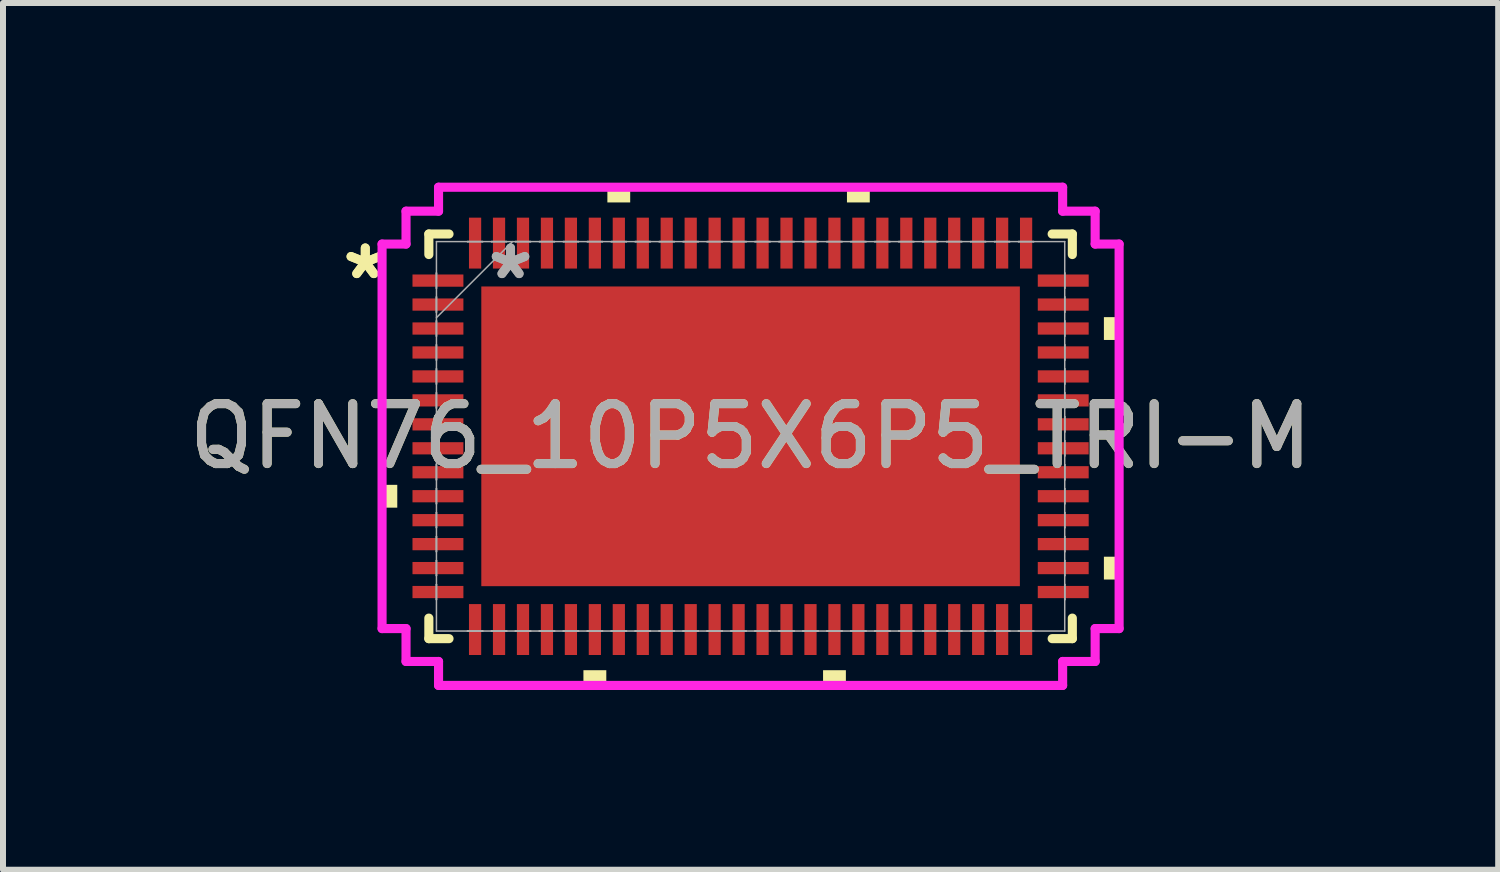
<source format=kicad_pcb>
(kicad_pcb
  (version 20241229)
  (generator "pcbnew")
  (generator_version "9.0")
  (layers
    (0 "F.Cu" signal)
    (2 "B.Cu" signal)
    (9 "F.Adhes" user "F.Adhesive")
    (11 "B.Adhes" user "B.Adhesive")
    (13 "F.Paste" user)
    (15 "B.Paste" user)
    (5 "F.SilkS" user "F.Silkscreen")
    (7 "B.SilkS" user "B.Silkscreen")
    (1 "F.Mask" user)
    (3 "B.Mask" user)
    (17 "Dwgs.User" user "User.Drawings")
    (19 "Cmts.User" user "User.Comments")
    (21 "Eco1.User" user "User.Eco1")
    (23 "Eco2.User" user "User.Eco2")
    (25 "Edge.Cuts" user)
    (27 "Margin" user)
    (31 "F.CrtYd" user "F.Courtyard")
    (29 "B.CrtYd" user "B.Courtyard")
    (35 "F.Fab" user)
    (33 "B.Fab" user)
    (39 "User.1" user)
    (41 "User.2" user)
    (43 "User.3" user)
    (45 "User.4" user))
  (footprint "QFN76_10P5X6P5_TRI-M"
    (layer "F.Cu")
    (at 9.482 4.235)
    (property "Reference" "QFN76_10P5X6P5_TRI-M" (at 0 0 0) (unlocked yes) (layer "F.SilkS") (effects (font (size 1 1) (thickness 0.15))))
    (attr smd)
    (fp_line (start -5.372 -3.378) (end -5.372 -3.035) (stroke (width 0.152) (type solid)) (layer "F.SilkS"))
    (fp_line (start -5.372 3.035) (end -5.372 3.378) (stroke (width 0.152) (type solid)) (layer "F.SilkS"))
    (fp_line (start -5.372 3.378) (end -5.035 3.378) (stroke (width 0.152) (type solid)) (layer "F.SilkS"))
    (fp_line (start -5.035 -3.378) (end -5.372 -3.378) (stroke (width 0.152) (type solid)) (layer "F.SilkS"))
    (fp_line (start 5.035 3.378) (end 5.372 3.378) (stroke (width 0.152) (type solid)) (layer "F.SilkS"))
    (fp_line (start 5.372 -3.378) (end 5.035 -3.378) (stroke (width 0.152) (type solid)) (layer "F.SilkS"))
    (fp_line (start 5.372 -3.035) (end 5.372 -3.378) (stroke (width 0.152) (type solid)) (layer "F.SilkS"))
    (fp_line (start 5.372 3.378) (end 5.372 3.035) (stroke (width 0.152) (type solid)) (layer "F.SilkS"))
    (fp_poly (pts (xy -6.153 0.81) (xy -6.153 1.191) (xy -5.899 1.191) (xy -5.899 0.81)) (stroke (width 0) (type solid)) (fill yes) (layer "F.SilkS"))
    (fp_poly (pts (xy -2.791 3.905) (xy -2.791 4.159) (xy -2.409 4.159) (xy -2.409 3.905)) (stroke (width 0) (type solid)) (fill yes) (layer "F.SilkS"))
    (fp_poly (pts (xy -2.391 -3.905) (xy -2.391 -4.159) (xy -2.01 -4.159) (xy -2.01 -3.905)) (stroke (width 0) (type solid)) (fill yes) (layer "F.SilkS"))
    (fp_poly (pts (xy 1.21 3.905) (xy 1.21 4.159) (xy 1.591 4.159) (xy 1.591 3.905)) (stroke (width 0) (type solid)) (fill yes) (layer "F.SilkS"))
    (fp_poly (pts (xy 1.609 -3.905) (xy 1.609 -4.159) (xy 1.99 -4.159) (xy 1.99 -3.905)) (stroke (width 0) (type solid)) (fill yes) (layer "F.SilkS"))
    (fp_poly (pts (xy 6.153 -1.99) (xy 6.153 -1.609) (xy 5.899 -1.609) (xy 5.899 -1.99)) (stroke (width 0) (type solid)) (fill yes) (layer "F.SilkS"))
    (fp_poly (pts (xy 6.153 2.01) (xy 6.153 2.391) (xy 5.899 2.391) (xy 5.899 2.01)) (stroke (width 0) (type solid)) (fill yes) (layer "F.SilkS"))
    (fp_line (start -6.153 -3.21) (end -5.753 -3.21) (stroke (width 0.152) (type solid)) (layer "F.CrtYd"))
    (fp_line (start -6.153 3.21) (end -6.153 -3.21) (stroke (width 0.152) (type solid)) (layer "F.CrtYd"))
    (fp_line (start -5.753 -3.759) (end -5.21 -3.759) (stroke (width 0.152) (type solid)) (layer "F.CrtYd"))
    (fp_line (start -5.753 -3.21) (end -5.753 -3.759) (stroke (width 0.152) (type solid)) (layer "F.CrtYd"))
    (fp_line (start -5.753 3.21) (end -6.153 3.21) (stroke (width 0.152) (type solid)) (layer "F.CrtYd"))
    (fp_line (start -5.753 3.759) (end -5.753 3.21) (stroke (width 0.152) (type solid)) (layer "F.CrtYd"))
    (fp_line (start -5.21 -4.159) (end 5.21 -4.159) (stroke (width 0.152) (type solid)) (layer "F.CrtYd"))
    (fp_line (start -5.21 -3.759) (end -5.21 -4.159) (stroke (width 0.152) (type solid)) (layer "F.CrtYd"))
    (fp_line (start -5.21 3.759) (end -5.753 3.759) (stroke (width 0.152) (type solid)) (layer "F.CrtYd"))
    (fp_line (start -5.21 4.159) (end -5.21 3.759) (stroke (width 0.152) (type solid)) (layer "F.CrtYd"))
    (fp_line (start 5.21 -4.159) (end 5.21 -3.759) (stroke (width 0.152) (type solid)) (layer "F.CrtYd"))
    (fp_line (start 5.21 -3.759) (end 5.753 -3.759) (stroke (width 0.152) (type solid)) (layer "F.CrtYd"))
    (fp_line (start 5.21 3.759) (end 5.21 4.159) (stroke (width 0.152) (type solid)) (layer "F.CrtYd"))
    (fp_line (start 5.21 4.159) (end -5.21 4.159) (stroke (width 0.152) (type solid)) (layer "F.CrtYd"))
    (fp_line (start 5.753 -3.759) (end 5.753 -3.21) (stroke (width 0.152) (type solid)) (layer "F.CrtYd"))
    (fp_line (start 5.753 -3.21) (end 6.153 -3.21) (stroke (width 0.152) (type solid)) (layer "F.CrtYd"))
    (fp_line (start 5.753 3.21) (end 5.753 3.759) (stroke (width 0.152) (type solid)) (layer "F.CrtYd"))
    (fp_line (start 5.753 3.759) (end 5.21 3.759) (stroke (width 0.152) (type solid)) (layer "F.CrtYd"))
    (fp_line (start 6.153 -3.21) (end 6.153 3.21) (stroke (width 0.152) (type solid)) (layer "F.CrtYd"))
    (fp_line (start 6.153 3.21) (end 5.753 3.21) (stroke (width 0.152) (type solid)) (layer "F.CrtYd"))
    (fp_line (start -5.245 -3.251) (end -5.245 3.251) (stroke (width 0.025) (type solid)) (layer "F.Fab"))
    (fp_line (start -5.245 -2.727) (end -5.245 -2.727) (stroke (width 0.025) (type solid)) (layer "F.Fab"))
    (fp_line (start -5.245 -2.727) (end -5.245 -2.473) (stroke (width 0.025) (type solid)) (layer "F.Fab"))
    (fp_line (start -5.245 -2.473) (end -5.245 -2.727) (stroke (width 0.025) (type solid)) (layer "F.Fab"))
    (fp_line (start -5.245 -2.473) (end -5.245 -2.473) (stroke (width 0.025) (type solid)) (layer "F.Fab"))
    (fp_line (start -5.245 -2.327) (end -5.245 -2.327) (stroke (width 0.025) (type solid)) (layer "F.Fab"))
    (fp_line (start -5.245 -2.327) (end -5.245 -2.073) (stroke (width 0.025) (type solid)) (layer "F.Fab"))
    (fp_line (start -5.245 -2.073) (end -5.245 -2.327) (stroke (width 0.025) (type solid)) (layer "F.Fab"))
    (fp_line (start -5.245 -2.073) (end -5.245 -2.073) (stroke (width 0.025) (type solid)) (layer "F.Fab"))
    (fp_line (start -5.245 -1.981) (end -3.975 -3.251) (stroke (width 0.025) (type solid)) (layer "F.Fab"))
    (fp_line (start -5.245 -1.927) (end -5.245 -1.927) (stroke (width 0.025) (type solid)) (layer "F.Fab"))
    (fp_line (start -5.245 -1.927) (end -5.245 -1.673) (stroke (width 0.025) (type solid)) (layer "F.Fab"))
    (fp_line (start -5.245 -1.673) (end -5.245 -1.927) (stroke (width 0.025) (type solid)) (layer "F.Fab"))
    (fp_line (start -5.245 -1.673) (end -5.245 -1.673) (stroke (width 0.025) (type solid)) (layer "F.Fab"))
    (fp_line (start -5.245 -1.527) (end -5.245 -1.527) (stroke (width 0.025) (type solid)) (layer "F.Fab"))
    (fp_line (start -5.245 -1.527) (end -5.245 -1.273) (stroke (width 0.025) (type solid)) (layer "F.Fab"))
    (fp_line (start -5.245 -1.273) (end -5.245 -1.527) (stroke (width 0.025) (type solid)) (layer "F.Fab"))
    (fp_line (start -5.245 -1.273) (end -5.245 -1.273) (stroke (width 0.025) (type solid)) (layer "F.Fab"))
    (fp_line (start -5.245 -1.127) (end -5.245 -1.127) (stroke (width 0.025) (type solid)) (layer "F.Fab"))
    (fp_line (start -5.245 -1.127) (end -5.245 -0.873) (stroke (width 0.025) (type solid)) (layer "F.Fab"))
    (fp_line (start -5.245 -0.873) (end -5.245 -1.127) (stroke (width 0.025) (type solid)) (layer "F.Fab"))
    (fp_line (start -5.245 -0.873) (end -5.245 -0.873) (stroke (width 0.025) (type solid)) (layer "F.Fab"))
    (fp_line (start -5.245 -0.727) (end -5.245 -0.727) (stroke (width 0.025) (type solid)) (layer "F.Fab"))
    (fp_line (start -5.245 -0.727) (end -5.245 -0.473) (stroke (width 0.025) (type solid)) (layer "F.Fab"))
    (fp_line (start -5.245 -0.473) (end -5.245 -0.727) (stroke (width 0.025) (type solid)) (layer "F.Fab"))
    (fp_line (start -5.245 -0.473) (end -5.245 -0.473) (stroke (width 0.025) (type solid)) (layer "F.Fab"))
    (fp_line (start -5.245 -0.327) (end -5.245 -0.327) (stroke (width 0.025) (type solid)) (layer "F.Fab"))
    (fp_line (start -5.245 -0.327) (end -5.245 -0.073) (stroke (width 0.025) (type solid)) (layer "F.Fab"))
    (fp_line (start -5.245 -0.073) (end -5.245 -0.327) (stroke (width 0.025) (type solid)) (layer "F.Fab"))
    (fp_line (start -5.245 -0.073) (end -5.245 -0.073) (stroke (width 0.025) (type solid)) (layer "F.Fab"))
    (fp_line (start -5.245 0.073) (end -5.245 0.073) (stroke (width 0.025) (type solid)) (layer "F.Fab"))
    (fp_line (start -5.245 0.073) (end -5.245 0.327) (stroke (width 0.025) (type solid)) (layer "F.Fab"))
    (fp_line (start -5.245 0.327) (end -5.245 0.073) (stroke (width 0.025) (type solid)) (layer "F.Fab"))
    (fp_line (start -5.245 0.327) (end -5.245 0.327) (stroke (width 0.025) (type solid)) (layer "F.Fab"))
    (fp_line (start -5.245 0.473) (end -5.245 0.473) (stroke (width 0.025) (type solid)) (layer "F.Fab"))
    (fp_line (start -5.245 0.473) (end -5.245 0.727) (stroke (width 0.025) (type solid)) (layer "F.Fab"))
    (fp_line (start -5.245 0.727) (end -5.245 0.473) (stroke (width 0.025) (type solid)) (layer "F.Fab"))
    (fp_line (start -5.245 0.727) (end -5.245 0.727) (stroke (width 0.025) (type solid)) (layer "F.Fab"))
    (fp_line (start -5.245 0.873) (end -5.245 0.873) (stroke (width 0.025) (type solid)) (layer "F.Fab"))
    (fp_line (start -5.245 0.873) (end -5.245 1.127) (stroke (width 0.025) (type solid)) (layer "F.Fab"))
    (fp_line (start -5.245 1.127) (end -5.245 0.873) (stroke (width 0.025) (type solid)) (layer "F.Fab"))
    (fp_line (start -5.245 1.127) (end -5.245 1.127) (stroke (width 0.025) (type solid)) (layer "F.Fab"))
    (fp_line (start -5.245 1.273) (end -5.245 1.273) (stroke (width 0.025) (type solid)) (layer "F.Fab"))
    (fp_line (start -5.245 1.273) (end -5.245 1.527) (stroke (width 0.025) (type solid)) (layer "F.Fab"))
    (fp_line (start -5.245 1.527) (end -5.245 1.273) (stroke (width 0.025) (type solid)) (layer "F.Fab"))
    (fp_line (start -5.245 1.527) (end -5.245 1.527) (stroke (width 0.025) (type solid)) (layer "F.Fab"))
    (fp_line (start -5.245 1.673) (end -5.245 1.673) (stroke (width 0.025) (type solid)) (layer "F.Fab"))
    (fp_line (start -5.245 1.673) (end -5.245 1.927) (stroke (width 0.025) (type solid)) (layer "F.Fab"))
    (fp_line (start -5.245 1.927) (end -5.245 1.673) (stroke (width 0.025) (type solid)) (layer "F.Fab"))
    (fp_line (start -5.245 1.927) (end -5.245 1.927) (stroke (width 0.025) (type solid)) (layer "F.Fab"))
    (fp_line (start -5.245 2.073) (end -5.245 2.073) (stroke (width 0.025) (type solid)) (layer "F.Fab"))
    (fp_line (start -5.245 2.073) (end -5.245 2.327) (stroke (width 0.025) (type solid)) (layer "F.Fab"))
    (fp_line (start -5.245 2.327) (end -5.245 2.073) (stroke (width 0.025) (type solid)) (layer "F.Fab"))
    (fp_line (start -5.245 2.327) (end -5.245 2.327) (stroke (width 0.025) (type solid)) (layer "F.Fab"))
    (fp_line (start -5.245 2.473) (end -5.245 2.473) (stroke (width 0.025) (type solid)) (layer "F.Fab"))
    (fp_line (start -5.245 2.473) (end -5.245 2.727) (stroke (width 0.025) (type solid)) (layer "F.Fab"))
    (fp_line (start -5.245 2.727) (end -5.245 2.473) (stroke (width 0.025) (type solid)) (layer "F.Fab"))
    (fp_line (start -5.245 2.727) (end -5.245 2.727) (stroke (width 0.025) (type solid)) (layer "F.Fab"))
    (fp_line (start -5.245 3.251) (end 5.245 3.251) (stroke (width 0.025) (type solid)) (layer "F.Fab"))
    (fp_line (start -4.727 -3.251) (end -4.727 -3.251) (stroke (width 0.025) (type solid)) (layer "F.Fab"))
    (fp_line (start -4.727 -3.251) (end -4.473 -3.251) (stroke (width 0.025) (type solid)) (layer "F.Fab"))
    (fp_line (start -4.727 3.251) (end -4.727 3.251) (stroke (width 0.025) (type solid)) (layer "F.Fab"))
    (fp_line (start -4.727 3.251) (end -4.473 3.251) (stroke (width 0.025) (type solid)) (layer "F.Fab"))
    (fp_line (start -4.473 -3.251) (end -4.727 -3.251) (stroke (width 0.025) (type solid)) (layer "F.Fab"))
    (fp_line (start -4.473 -3.251) (end -4.473 -3.251) (stroke (width 0.025) (type solid)) (layer "F.Fab"))
    (fp_line (start -4.473 3.251) (end -4.727 3.251) (stroke (width 0.025) (type solid)) (layer "F.Fab"))
    (fp_line (start -4.473 3.251) (end -4.473 3.251) (stroke (width 0.025) (type solid)) (layer "F.Fab"))
    (fp_line (start -4.327 -3.251) (end -4.327 -3.251) (stroke (width 0.025) (type solid)) (layer "F.Fab"))
    (fp_line (start -4.327 -3.251) (end -4.073 -3.251) (stroke (width 0.025) (type solid)) (layer "F.Fab"))
    (fp_line (start -4.327 3.251) (end -4.327 3.251) (stroke (width 0.025) (type solid)) (layer "F.Fab"))
    (fp_line (start -4.327 3.251) (end -4.073 3.251) (stroke (width 0.025) (type solid)) (layer "F.Fab"))
    (fp_line (start -4.073 -3.251) (end -4.327 -3.251) (stroke (width 0.025) (type solid)) (layer "F.Fab"))
    (fp_line (start -4.073 -3.251) (end -4.073 -3.251) (stroke (width 0.025) (type solid)) (layer "F.Fab"))
    (fp_line (start -4.073 3.251) (end -4.327 3.251) (stroke (width 0.025) (type solid)) (layer "F.Fab"))
    (fp_line (start -4.073 3.251) (end -4.073 3.251) (stroke (width 0.025) (type solid)) (layer "F.Fab"))
    (fp_line (start -3.927 -3.251) (end -3.927 -3.251) (stroke (width 0.025) (type solid)) (layer "F.Fab"))
    (fp_line (start -3.927 -3.251) (end -3.673 -3.251) (stroke (width 0.025) (type solid)) (layer "F.Fab"))
    (fp_line (start -3.927 3.251) (end -3.927 3.251) (stroke (width 0.025) (type solid)) (layer "F.Fab"))
    (fp_line (start -3.927 3.251) (end -3.673 3.251) (stroke (width 0.025) (type solid)) (layer "F.Fab"))
    (fp_line (start -3.673 -3.251) (end -3.927 -3.251) (stroke (width 0.025) (type solid)) (layer "F.Fab"))
    (fp_line (start -3.673 -3.251) (end -3.673 -3.251) (stroke (width 0.025) (type solid)) (layer "F.Fab"))
    (fp_line (start -3.673 3.251) (end -3.927 3.251) (stroke (width 0.025) (type solid)) (layer "F.Fab"))
    (fp_line (start -3.673 3.251) (end -3.673 3.251) (stroke (width 0.025) (type solid)) (layer "F.Fab"))
    (fp_line (start -3.527 -3.251) (end -3.527 -3.251) (stroke (width 0.025) (type solid)) (layer "F.Fab"))
    (fp_line (start -3.527 -3.251) (end -3.273 -3.251) (stroke (width 0.025) (type solid)) (layer "F.Fab"))
    (fp_line (start -3.527 3.251) (end -3.527 3.251) (stroke (width 0.025) (type solid)) (layer "F.Fab"))
    (fp_line (start -3.527 3.251) (end -3.273 3.251) (stroke (width 0.025) (type solid)) (layer "F.Fab"))
    (fp_line (start -3.273 -3.251) (end -3.527 -3.251) (stroke (width 0.025) (type solid)) (layer "F.Fab"))
    (fp_line (start -3.273 -3.251) (end -3.273 -3.251) (stroke (width 0.025) (type solid)) (layer "F.Fab"))
    (fp_line (start -3.273 3.251) (end -3.527 3.251) (stroke (width 0.025) (type solid)) (layer "F.Fab"))
    (fp_line (start -3.273 3.251) (end -3.273 3.251) (stroke (width 0.025) (type solid)) (layer "F.Fab"))
    (fp_line (start -3.127 -3.251) (end -3.127 -3.251) (stroke (width 0.025) (type solid)) (layer "F.Fab"))
    (fp_line (start -3.127 -3.251) (end -2.873 -3.251) (stroke (width 0.025) (type solid)) (layer "F.Fab"))
    (fp_line (start -3.127 3.251) (end -3.127 3.251) (stroke (width 0.025) (type solid)) (layer "F.Fab"))
    (fp_line (start -3.127 3.251) (end -2.873 3.251) (stroke (width 0.025) (type solid)) (layer "F.Fab"))
    (fp_line (start -2.873 -3.251) (end -3.127 -3.251) (stroke (width 0.025) (type solid)) (layer "F.Fab"))
    (fp_line (start -2.873 -3.251) (end -2.873 -3.251) (stroke (width 0.025) (type solid)) (layer "F.Fab"))
    (fp_line (start -2.873 3.251) (end -3.127 3.251) (stroke (width 0.025) (type solid)) (layer "F.Fab"))
    (fp_line (start -2.873 3.251) (end -2.873 3.251) (stroke (width 0.025) (type solid)) (layer "F.Fab"))
    (fp_line (start -2.727 -3.251) (end -2.727 -3.251) (stroke (width 0.025) (type solid)) (layer "F.Fab"))
    (fp_line (start -2.727 -3.251) (end -2.473 -3.251) (stroke (width 0.025) (type solid)) (layer "F.Fab"))
    (fp_line (start -2.727 3.251) (end -2.727 3.251) (stroke (width 0.025) (type solid)) (layer "F.Fab"))
    (fp_line (start -2.727 3.251) (end -2.473 3.251) (stroke (width 0.025) (type solid)) (layer "F.Fab"))
    (fp_line (start -2.473 -3.251) (end -2.727 -3.251) (stroke (width 0.025) (type solid)) (layer "F.Fab"))
    (fp_line (start -2.473 -3.251) (end -2.473 -3.251) (stroke (width 0.025) (type solid)) (layer "F.Fab"))
    (fp_line (start -2.473 3.251) (end -2.727 3.251) (stroke (width 0.025) (type solid)) (layer "F.Fab"))
    (fp_line (start -2.473 3.251) (end -2.473 3.251) (stroke (width 0.025) (type solid)) (layer "F.Fab"))
    (fp_line (start -2.327 -3.251) (end -2.327 -3.251) (stroke (width 0.025) (type solid)) (layer "F.Fab"))
    (fp_line (start -2.327 -3.251) (end -2.073 -3.251) (stroke (width 0.025) (type solid)) (layer "F.Fab"))
    (fp_line (start -2.327 3.251) (end -2.327 3.251) (stroke (width 0.025) (type solid)) (layer "F.Fab"))
    (fp_line (start -2.327 3.251) (end -2.073 3.251) (stroke (width 0.025) (type solid)) (layer "F.Fab"))
    (fp_line (start -2.073 -3.251) (end -2.327 -3.251) (stroke (width 0.025) (type solid)) (layer "F.Fab"))
    (fp_line (start -2.073 -3.251) (end -2.073 -3.251) (stroke (width 0.025) (type solid)) (layer "F.Fab"))
    (fp_line (start -2.073 3.251) (end -2.327 3.251) (stroke (width 0.025) (type solid)) (layer "F.Fab"))
    (fp_line (start -2.073 3.251) (end -2.073 3.251) (stroke (width 0.025) (type solid)) (layer "F.Fab"))
    (fp_line (start -1.927 -3.251) (end -1.927 -3.251) (stroke (width 0.025) (type solid)) (layer "F.Fab"))
    (fp_line (start -1.927 -3.251) (end -1.673 -3.251) (stroke (width 0.025) (type solid)) (layer "F.Fab"))
    (fp_line (start -1.927 3.251) (end -1.927 3.251) (stroke (width 0.025) (type solid)) (layer "F.Fab"))
    (fp_line (start -1.927 3.251) (end -1.673 3.251) (stroke (width 0.025) (type solid)) (layer "F.Fab"))
    (fp_line (start -1.673 -3.251) (end -1.927 -3.251) (stroke (width 0.025) (type solid)) (layer "F.Fab"))
    (fp_line (start -1.673 -3.251) (end -1.673 -3.251) (stroke (width 0.025) (type solid)) (layer "F.Fab"))
    (fp_line (start -1.673 3.251) (end -1.927 3.251) (stroke (width 0.025) (type solid)) (layer "F.Fab"))
    (fp_line (start -1.673 3.251) (end -1.673 3.251) (stroke (width 0.025) (type solid)) (layer "F.Fab"))
    (fp_line (start -1.527 -3.251) (end -1.527 -3.251) (stroke (width 0.025) (type solid)) (layer "F.Fab"))
    (fp_line (start -1.527 -3.251) (end -1.273 -3.251) (stroke (width 0.025) (type solid)) (layer "F.Fab"))
    (fp_line (start -1.527 3.251) (end -1.527 3.251) (stroke (width 0.025) (type solid)) (layer "F.Fab"))
    (fp_line (start -1.527 3.251) (end -1.273 3.251) (stroke (width 0.025) (type solid)) (layer "F.Fab"))
    (fp_line (start -1.273 -3.251) (end -1.527 -3.251) (stroke (width 0.025) (type solid)) (layer "F.Fab"))
    (fp_line (start -1.273 -3.251) (end -1.273 -3.251) (stroke (width 0.025) (type solid)) (layer "F.Fab"))
    (fp_line (start -1.273 3.251) (end -1.527 3.251) (stroke (width 0.025) (type solid)) (layer "F.Fab"))
    (fp_line (start -1.273 3.251) (end -1.273 3.251) (stroke (width 0.025) (type solid)) (layer "F.Fab"))
    (fp_line (start -1.127 -3.251) (end -1.127 -3.251) (stroke (width 0.025) (type solid)) (layer "F.Fab"))
    (fp_line (start -1.127 -3.251) (end -0.873 -3.251) (stroke (width 0.025) (type solid)) (layer "F.Fab"))
    (fp_line (start -1.127 3.251) (end -1.127 3.251) (stroke (width 0.025) (type solid)) (layer "F.Fab"))
    (fp_line (start -1.127 3.251) (end -0.873 3.251) (stroke (width 0.025) (type solid)) (layer "F.Fab"))
    (fp_line (start -0.873 -3.251) (end -1.127 -3.251) (stroke (width 0.025) (type solid)) (layer "F.Fab"))
    (fp_line (start -0.873 -3.251) (end -0.873 -3.251) (stroke (width 0.025) (type solid)) (layer "F.Fab"))
    (fp_line (start -0.873 3.251) (end -1.127 3.251) (stroke (width 0.025) (type solid)) (layer "F.Fab"))
    (fp_line (start -0.873 3.251) (end -0.873 3.251) (stroke (width 0.025) (type solid)) (layer "F.Fab"))
    (fp_line (start -0.727 -3.251) (end -0.727 -3.251) (stroke (width 0.025) (type solid)) (layer "F.Fab"))
    (fp_line (start -0.727 -3.251) (end -0.473 -3.251) (stroke (width 0.025) (type solid)) (layer "F.Fab"))
    (fp_line (start -0.727 3.251) (end -0.727 3.251) (stroke (width 0.025) (type solid)) (layer "F.Fab"))
    (fp_line (start -0.727 3.251) (end -0.473 3.251) (stroke (width 0.025) (type solid)) (layer "F.Fab"))
    (fp_line (start -0.473 -3.251) (end -0.727 -3.251) (stroke (width 0.025) (type solid)) (layer "F.Fab"))
    (fp_line (start -0.473 -3.251) (end -0.473 -3.251) (stroke (width 0.025) (type solid)) (layer "F.Fab"))
    (fp_line (start -0.473 3.251) (end -0.727 3.251) (stroke (width 0.025) (type solid)) (layer "F.Fab"))
    (fp_line (start -0.473 3.251) (end -0.473 3.251) (stroke (width 0.025) (type solid)) (layer "F.Fab"))
    (fp_line (start -0.327 -3.251) (end -0.327 -3.251) (stroke (width 0.025) (type solid)) (layer "F.Fab"))
    (fp_line (start -0.327 -3.251) (end -0.073 -3.251) (stroke (width 0.025) (type solid)) (layer "F.Fab"))
    (fp_line (start -0.327 3.251) (end -0.327 3.251) (stroke (width 0.025) (type solid)) (layer "F.Fab"))
    (fp_line (start -0.327 3.251) (end -0.073 3.251) (stroke (width 0.025) (type solid)) (layer "F.Fab"))
    (fp_line (start -0.073 -3.251) (end -0.327 -3.251) (stroke (width 0.025) (type solid)) (layer "F.Fab"))
    (fp_line (start -0.073 -3.251) (end -0.073 -3.251) (stroke (width 0.025) (type solid)) (layer "F.Fab"))
    (fp_line (start -0.073 3.251) (end -0.327 3.251) (stroke (width 0.025) (type solid)) (layer "F.Fab"))
    (fp_line (start -0.073 3.251) (end -0.073 3.251) (stroke (width 0.025) (type solid)) (layer "F.Fab"))
    (fp_line (start 0.073 -3.251) (end 0.073 -3.251) (stroke (width 0.025) (type solid)) (layer "F.Fab"))
    (fp_line (start 0.073 -3.251) (end 0.327 -3.251) (stroke (width 0.025) (type solid)) (layer "F.Fab"))
    (fp_line (start 0.073 3.251) (end 0.073 3.251) (stroke (width 0.025) (type solid)) (layer "F.Fab"))
    (fp_line (start 0.073 3.251) (end 0.327 3.251) (stroke (width 0.025) (type solid)) (layer "F.Fab"))
    (fp_line (start 0.327 -3.251) (end 0.073 -3.251) (stroke (width 0.025) (type solid)) (layer "F.Fab"))
    (fp_line (start 0.327 -3.251) (end 0.327 -3.251) (stroke (width 0.025) (type solid)) (layer "F.Fab"))
    (fp_line (start 0.327 3.251) (end 0.073 3.251) (stroke (width 0.025) (type solid)) (layer "F.Fab"))
    (fp_line (start 0.327 3.251) (end 0.327 3.251) (stroke (width 0.025) (type solid)) (layer "F.Fab"))
    (fp_line (start 0.473 -3.251) (end 0.473 -3.251) (stroke (width 0.025) (type solid)) (layer "F.Fab"))
    (fp_line (start 0.473 -3.251) (end 0.727 -3.251) (stroke (width 0.025) (type solid)) (layer "F.Fab"))
    (fp_line (start 0.473 3.251) (end 0.473 3.251) (stroke (width 0.025) (type solid)) (layer "F.Fab"))
    (fp_line (start 0.473 3.251) (end 0.727 3.251) (stroke (width 0.025) (type solid)) (layer "F.Fab"))
    (fp_line (start 0.727 -3.251) (end 0.473 -3.251) (stroke (width 0.025) (type solid)) (layer "F.Fab"))
    (fp_line (start 0.727 -3.251) (end 0.727 -3.251) (stroke (width 0.025) (type solid)) (layer "F.Fab"))
    (fp_line (start 0.727 3.251) (end 0.473 3.251) (stroke (width 0.025) (type solid)) (layer "F.Fab"))
    (fp_line (start 0.727 3.251) (end 0.727 3.251) (stroke (width 0.025) (type solid)) (layer "F.Fab"))
    (fp_line (start 0.873 -3.251) (end 0.873 -3.251) (stroke (width 0.025) (type solid)) (layer "F.Fab"))
    (fp_line (start 0.873 -3.251) (end 1.127 -3.251) (stroke (width 0.025) (type solid)) (layer "F.Fab"))
    (fp_line (start 0.873 3.251) (end 0.873 3.251) (stroke (width 0.025) (type solid)) (layer "F.Fab"))
    (fp_line (start 0.873 3.251) (end 1.127 3.251) (stroke (width 0.025) (type solid)) (layer "F.Fab"))
    (fp_line (start 1.127 -3.251) (end 0.873 -3.251) (stroke (width 0.025) (type solid)) (layer "F.Fab"))
    (fp_line (start 1.127 -3.251) (end 1.127 -3.251) (stroke (width 0.025) (type solid)) (layer "F.Fab"))
    (fp_line (start 1.127 3.251) (end 0.873 3.251) (stroke (width 0.025) (type solid)) (layer "F.Fab"))
    (fp_line (start 1.127 3.251) (end 1.127 3.251) (stroke (width 0.025) (type solid)) (layer "F.Fab"))
    (fp_line (start 1.273 -3.251) (end 1.273 -3.251) (stroke (width 0.025) (type solid)) (layer "F.Fab"))
    (fp_line (start 1.273 -3.251) (end 1.527 -3.251) (stroke (width 0.025) (type solid)) (layer "F.Fab"))
    (fp_line (start 1.273 3.251) (end 1.273 3.251) (stroke (width 0.025) (type solid)) (layer "F.Fab"))
    (fp_line (start 1.273 3.251) (end 1.527 3.251) (stroke (width 0.025) (type solid)) (layer "F.Fab"))
    (fp_line (start 1.527 -3.251) (end 1.273 -3.251) (stroke (width 0.025) (type solid)) (layer "F.Fab"))
    (fp_line (start 1.527 -3.251) (end 1.527 -3.251) (stroke (width 0.025) (type solid)) (layer "F.Fab"))
    (fp_line (start 1.527 3.251) (end 1.273 3.251) (stroke (width 0.025) (type solid)) (layer "F.Fab"))
    (fp_line (start 1.527 3.251) (end 1.527 3.251) (stroke (width 0.025) (type solid)) (layer "F.Fab"))
    (fp_line (start 1.673 -3.251) (end 1.673 -3.251) (stroke (width 0.025) (type solid)) (layer "F.Fab"))
    (fp_line (start 1.673 -3.251) (end 1.927 -3.251) (stroke (width 0.025) (type solid)) (layer "F.Fab"))
    (fp_line (start 1.673 3.251) (end 1.673 3.251) (stroke (width 0.025) (type solid)) (layer "F.Fab"))
    (fp_line (start 1.673 3.251) (end 1.927 3.251) (stroke (width 0.025) (type solid)) (layer "F.Fab"))
    (fp_line (start 1.927 -3.251) (end 1.673 -3.251) (stroke (width 0.025) (type solid)) (layer "F.Fab"))
    (fp_line (start 1.927 -3.251) (end 1.927 -3.251) (stroke (width 0.025) (type solid)) (layer "F.Fab"))
    (fp_line (start 1.927 3.251) (end 1.673 3.251) (stroke (width 0.025) (type solid)) (layer "F.Fab"))
    (fp_line (start 1.927 3.251) (end 1.927 3.251) (stroke (width 0.025) (type solid)) (layer "F.Fab"))
    (fp_line (start 2.073 -3.251) (end 2.073 -3.251) (stroke (width 0.025) (type solid)) (layer "F.Fab"))
    (fp_line (start 2.073 -3.251) (end 2.327 -3.251) (stroke (width 0.025) (type solid)) (layer "F.Fab"))
    (fp_line (start 2.073 3.251) (end 2.073 3.251) (stroke (width 0.025) (type solid)) (layer "F.Fab"))
    (fp_line (start 2.073 3.251) (end 2.327 3.251) (stroke (width 0.025) (type solid)) (layer "F.Fab"))
    (fp_line (start 2.327 -3.251) (end 2.073 -3.251) (stroke (width 0.025) (type solid)) (layer "F.Fab"))
    (fp_line (start 2.327 -3.251) (end 2.327 -3.251) (stroke (width 0.025) (type solid)) (layer "F.Fab"))
    (fp_line (start 2.327 3.251) (end 2.073 3.251) (stroke (width 0.025) (type solid)) (layer "F.Fab"))
    (fp_line (start 2.327 3.251) (end 2.327 3.251) (stroke (width 0.025) (type solid)) (layer "F.Fab"))
    (fp_line (start 2.473 -3.251) (end 2.473 -3.251) (stroke (width 0.025) (type solid)) (layer "F.Fab"))
    (fp_line (start 2.473 -3.251) (end 2.727 -3.251) (stroke (width 0.025) (type solid)) (layer "F.Fab"))
    (fp_line (start 2.473 3.251) (end 2.473 3.251) (stroke (width 0.025) (type solid)) (layer "F.Fab"))
    (fp_line (start 2.473 3.251) (end 2.727 3.251) (stroke (width 0.025) (type solid)) (layer "F.Fab"))
    (fp_line (start 2.727 -3.251) (end 2.473 -3.251) (stroke (width 0.025) (type solid)) (layer "F.Fab"))
    (fp_line (start 2.727 -3.251) (end 2.727 -3.251) (stroke (width 0.025) (type solid)) (layer "F.Fab"))
    (fp_line (start 2.727 3.251) (end 2.473 3.251) (stroke (width 0.025) (type solid)) (layer "F.Fab"))
    (fp_line (start 2.727 3.251) (end 2.727 3.251) (stroke (width 0.025) (type solid)) (layer "F.Fab"))
    (fp_line (start 2.873 -3.251) (end 2.873 -3.251) (stroke (width 0.025) (type solid)) (layer "F.Fab"))
    (fp_line (start 2.873 -3.251) (end 3.127 -3.251) (stroke (width 0.025) (type solid)) (layer "F.Fab"))
    (fp_line (start 2.873 3.251) (end 2.873 3.251) (stroke (width 0.025) (type solid)) (layer "F.Fab"))
    (fp_line (start 2.873 3.251) (end 3.127 3.251) (stroke (width 0.025) (type solid)) (layer "F.Fab"))
    (fp_line (start 3.127 -3.251) (end 2.873 -3.251) (stroke (width 0.025) (type solid)) (layer "F.Fab"))
    (fp_line (start 3.127 -3.251) (end 3.127 -3.251) (stroke (width 0.025) (type solid)) (layer "F.Fab"))
    (fp_line (start 3.127 3.251) (end 2.873 3.251) (stroke (width 0.025) (type solid)) (layer "F.Fab"))
    (fp_line (start 3.127 3.251) (end 3.127 3.251) (stroke (width 0.025) (type solid)) (layer "F.Fab"))
    (fp_line (start 3.273 -3.251) (end 3.273 -3.251) (stroke (width 0.025) (type solid)) (layer "F.Fab"))
    (fp_line (start 3.273 -3.251) (end 3.527 -3.251) (stroke (width 0.025) (type solid)) (layer "F.Fab"))
    (fp_line (start 3.273 3.251) (end 3.273 3.251) (stroke (width 0.025) (type solid)) (layer "F.Fab"))
    (fp_line (start 3.273 3.251) (end 3.527 3.251) (stroke (width 0.025) (type solid)) (layer "F.Fab"))
    (fp_line (start 3.527 -3.251) (end 3.273 -3.251) (stroke (width 0.025) (type solid)) (layer "F.Fab"))
    (fp_line (start 3.527 -3.251) (end 3.527 -3.251) (stroke (width 0.025) (type solid)) (layer "F.Fab"))
    (fp_line (start 3.527 3.251) (end 3.273 3.251) (stroke (width 0.025) (type solid)) (layer "F.Fab"))
    (fp_line (start 3.527 3.251) (end 3.527 3.251) (stroke (width 0.025) (type solid)) (layer "F.Fab"))
    (fp_line (start 3.673 -3.251) (end 3.673 -3.251) (stroke (width 0.025) (type solid)) (layer "F.Fab"))
    (fp_line (start 3.673 -3.251) (end 3.927 -3.251) (stroke (width 0.025) (type solid)) (layer "F.Fab"))
    (fp_line (start 3.673 3.251) (end 3.673 3.251) (stroke (width 0.025) (type solid)) (layer "F.Fab"))
    (fp_line (start 3.673 3.251) (end 3.927 3.251) (stroke (width 0.025) (type solid)) (layer "F.Fab"))
    (fp_line (start 3.927 -3.251) (end 3.673 -3.251) (stroke (width 0.025) (type solid)) (layer "F.Fab"))
    (fp_line (start 3.927 -3.251) (end 3.927 -3.251) (stroke (width 0.025) (type solid)) (layer "F.Fab"))
    (fp_line (start 3.927 3.251) (end 3.673 3.251) (stroke (width 0.025) (type solid)) (layer "F.Fab"))
    (fp_line (start 3.927 3.251) (end 3.927 3.251) (stroke (width 0.025) (type solid)) (layer "F.Fab"))
    (fp_line (start 4.073 -3.251) (end 4.073 -3.251) (stroke (width 0.025) (type solid)) (layer "F.Fab"))
    (fp_line (start 4.073 -3.251) (end 4.327 -3.251) (stroke (width 0.025) (type solid)) (layer "F.Fab"))
    (fp_line (start 4.073 3.251) (end 4.073 3.251) (stroke (width 0.025) (type solid)) (layer "F.Fab"))
    (fp_line (start 4.073 3.251) (end 4.327 3.251) (stroke (width 0.025) (type solid)) (layer "F.Fab"))
    (fp_line (start 4.327 -3.251) (end 4.073 -3.251) (stroke (width 0.025) (type solid)) (layer "F.Fab"))
    (fp_line (start 4.327 -3.251) (end 4.327 -3.251) (stroke (width 0.025) (type solid)) (layer "F.Fab"))
    (fp_line (start 4.327 3.251) (end 4.073 3.251) (stroke (width 0.025) (type solid)) (layer "F.Fab"))
    (fp_line (start 4.327 3.251) (end 4.327 3.251) (stroke (width 0.025) (type solid)) (layer "F.Fab"))
    (fp_line (start 4.473 -3.251) (end 4.473 -3.251) (stroke (width 0.025) (type solid)) (layer "F.Fab"))
    (fp_line (start 4.473 -3.251) (end 4.727 -3.251) (stroke (width 0.025) (type solid)) (layer "F.Fab"))
    (fp_line (start 4.473 3.251) (end 4.473 3.251) (stroke (width 0.025) (type solid)) (layer "F.Fab"))
    (fp_line (start 4.473 3.251) (end 4.727 3.251) (stroke (width 0.025) (type solid)) (layer "F.Fab"))
    (fp_line (start 4.727 -3.251) (end 4.473 -3.251) (stroke (width 0.025) (type solid)) (layer "F.Fab"))
    (fp_line (start 4.727 -3.251) (end 4.727 -3.251) (stroke (width 0.025) (type solid)) (layer "F.Fab"))
    (fp_line (start 4.727 3.251) (end 4.473 3.251) (stroke (width 0.025) (type solid)) (layer "F.Fab"))
    (fp_line (start 4.727 3.251) (end 4.727 3.251) (stroke (width 0.025) (type solid)) (layer "F.Fab"))
    (fp_line (start 5.245 -3.251) (end -5.245 -3.251) (stroke (width 0.025) (type solid)) (layer "F.Fab"))
    (fp_line (start 5.245 -2.727) (end 5.245 -2.727) (stroke (width 0.025) (type solid)) (layer "F.Fab"))
    (fp_line (start 5.245 -2.727) (end 5.245 -2.473) (stroke (width 0.025) (type solid)) (layer "F.Fab"))
    (fp_line (start 5.245 -2.473) (end 5.245 -2.727) (stroke (width 0.025) (type solid)) (layer "F.Fab"))
    (fp_line (start 5.245 -2.473) (end 5.245 -2.473) (stroke (width 0.025) (type solid)) (layer "F.Fab"))
    (fp_line (start 5.245 -2.327) (end 5.245 -2.327) (stroke (width 0.025) (type solid)) (layer "F.Fab"))
    (fp_line (start 5.245 -2.327) (end 5.245 -2.073) (stroke (width 0.025) (type solid)) (layer "F.Fab"))
    (fp_line (start 5.245 -2.073) (end 5.245 -2.327) (stroke (width 0.025) (type solid)) (layer "F.Fab"))
    (fp_line (start 5.245 -2.073) (end 5.245 -2.073) (stroke (width 0.025) (type solid)) (layer "F.Fab"))
    (fp_line (start 5.245 -1.927) (end 5.245 -1.927) (stroke (width 0.025) (type solid)) (layer "F.Fab"))
    (fp_line (start 5.245 -1.927) (end 5.245 -1.673) (stroke (width 0.025) (type solid)) (layer "F.Fab"))
    (fp_line (start 5.245 -1.673) (end 5.245 -1.927) (stroke (width 0.025) (type solid)) (layer "F.Fab"))
    (fp_line (start 5.245 -1.673) (end 5.245 -1.673) (stroke (width 0.025) (type solid)) (layer "F.Fab"))
    (fp_line (start 5.245 -1.527) (end 5.245 -1.527) (stroke (width 0.025) (type solid)) (layer "F.Fab"))
    (fp_line (start 5.245 -1.527) (end 5.245 -1.273) (stroke (width 0.025) (type solid)) (layer "F.Fab"))
    (fp_line (start 5.245 -1.273) (end 5.245 -1.527) (stroke (width 0.025) (type solid)) (layer "F.Fab"))
    (fp_line (start 5.245 -1.273) (end 5.245 -1.273) (stroke (width 0.025) (type solid)) (layer "F.Fab"))
    (fp_line (start 5.245 -1.127) (end 5.245 -1.127) (stroke (width 0.025) (type solid)) (layer "F.Fab"))
    (fp_line (start 5.245 -1.127) (end 5.245 -0.873) (stroke (width 0.025) (type solid)) (layer "F.Fab"))
    (fp_line (start 5.245 -0.873) (end 5.245 -1.127) (stroke (width 0.025) (type solid)) (layer "F.Fab"))
    (fp_line (start 5.245 -0.873) (end 5.245 -0.873) (stroke (width 0.025) (type solid)) (layer "F.Fab"))
    (fp_line (start 5.245 -0.727) (end 5.245 -0.727) (stroke (width 0.025) (type solid)) (layer "F.Fab"))
    (fp_line (start 5.245 -0.727) (end 5.245 -0.473) (stroke (width 0.025) (type solid)) (layer "F.Fab"))
    (fp_line (start 5.245 -0.473) (end 5.245 -0.727) (stroke (width 0.025) (type solid)) (layer "F.Fab"))
    (fp_line (start 5.245 -0.473) (end 5.245 -0.473) (stroke (width 0.025) (type solid)) (layer "F.Fab"))
    (fp_line (start 5.245 -0.327) (end 5.245 -0.327) (stroke (width 0.025) (type solid)) (layer "F.Fab"))
    (fp_line (start 5.245 -0.327) (end 5.245 -0.073) (stroke (width 0.025) (type solid)) (layer "F.Fab"))
    (fp_line (start 5.245 -0.073) (end 5.245 -0.327) (stroke (width 0.025) (type solid)) (layer "F.Fab"))
    (fp_line (start 5.245 -0.073) (end 5.245 -0.073) (stroke (width 0.025) (type solid)) (layer "F.Fab"))
    (fp_line (start 5.245 0.073) (end 5.245 0.073) (stroke (width 0.025) (type solid)) (layer "F.Fab"))
    (fp_line (start 5.245 0.073) (end 5.245 0.327) (stroke (width 0.025) (type solid)) (layer "F.Fab"))
    (fp_line (start 5.245 0.327) (end 5.245 0.073) (stroke (width 0.025) (type solid)) (layer "F.Fab"))
    (fp_line (start 5.245 0.327) (end 5.245 0.327) (stroke (width 0.025) (type solid)) (layer "F.Fab"))
    (fp_line (start 5.245 0.473) (end 5.245 0.473) (stroke (width 0.025) (type solid)) (layer "F.Fab"))
    (fp_line (start 5.245 0.473) (end 5.245 0.727) (stroke (width 0.025) (type solid)) (layer "F.Fab"))
    (fp_line (start 5.245 0.727) (end 5.245 0.473) (stroke (width 0.025) (type solid)) (layer "F.Fab"))
    (fp_line (start 5.245 0.727) (end 5.245 0.727) (stroke (width 0.025) (type solid)) (layer "F.Fab"))
    (fp_line (start 5.245 0.873) (end 5.245 0.873) (stroke (width 0.025) (type solid)) (layer "F.Fab"))
    (fp_line (start 5.245 0.873) (end 5.245 1.127) (stroke (width 0.025) (type solid)) (layer "F.Fab"))
    (fp_line (start 5.245 1.127) (end 5.245 0.873) (stroke (width 0.025) (type solid)) (layer "F.Fab"))
    (fp_line (start 5.245 1.127) (end 5.245 1.127) (stroke (width 0.025) (type solid)) (layer "F.Fab"))
    (fp_line (start 5.245 1.273) (end 5.245 1.273) (stroke (width 0.025) (type solid)) (layer "F.Fab"))
    (fp_line (start 5.245 1.273) (end 5.245 1.527) (stroke (width 0.025) (type solid)) (layer "F.Fab"))
    (fp_line (start 5.245 1.527) (end 5.245 1.273) (stroke (width 0.025) (type solid)) (layer "F.Fab"))
    (fp_line (start 5.245 1.527) (end 5.245 1.527) (stroke (width 0.025) (type solid)) (layer "F.Fab"))
    (fp_line (start 5.245 1.673) (end 5.245 1.673) (stroke (width 0.025) (type solid)) (layer "F.Fab"))
    (fp_line (start 5.245 1.673) (end 5.245 1.927) (stroke (width 0.025) (type solid)) (layer "F.Fab"))
    (fp_line (start 5.245 1.927) (end 5.245 1.673) (stroke (width 0.025) (type solid)) (layer "F.Fab"))
    (fp_line (start 5.245 1.927) (end 5.245 1.927) (stroke (width 0.025) (type solid)) (layer "F.Fab"))
    (fp_line (start 5.245 2.073) (end 5.245 2.073) (stroke (width 0.025) (type solid)) (layer "F.Fab"))
    (fp_line (start 5.245 2.073) (end 5.245 2.327) (stroke (width 0.025) (type solid)) (layer "F.Fab"))
    (fp_line (start 5.245 2.327) (end 5.245 2.073) (stroke (width 0.025) (type solid)) (layer "F.Fab"))
    (fp_line (start 5.245 2.327) (end 5.245 2.327) (stroke (width 0.025) (type solid)) (layer "F.Fab"))
    (fp_line (start 5.245 2.473) (end 5.245 2.473) (stroke (width 0.025) (type solid)) (layer "F.Fab"))
    (fp_line (start 5.245 2.473) (end 5.245 2.727) (stroke (width 0.025) (type solid)) (layer "F.Fab"))
    (fp_line (start 5.245 2.727) (end 5.245 2.473) (stroke (width 0.025) (type solid)) (layer "F.Fab"))
    (fp_line (start 5.245 2.727) (end 5.245 2.727) (stroke (width 0.025) (type solid)) (layer "F.Fab"))
    (fp_line (start 5.245 3.251) (end 5.245 -3.251) (stroke (width 0.025) (type solid)) (layer "F.Fab"))
    (fp_text user "*" (at -6.433 -2.6 0) (layer "F.SilkS") (effects (font (size 1 1) (thickness 0.15))))
    (fp_text user "*" (at -6.433 -2.6 0) (unlocked yes) (layer "F.SilkS") (effects (font (size 1 1) (thickness 0.15))))
    (fp_text user "*" (at -4.008 -2.6 0) (unlocked yes) (layer "F.Fab") (effects (font (size 1 1) (thickness 0.15))))
    (fp_text user "${REFERENCE}" (at 0 0 0) (unlocked yes) (layer "F.Fab") (effects (font (size 1 1) (thickness 0.15))))
    (fp_text user "*" (at -4.008 -2.6 0) (layer "F.Fab") (effects (font (size 1 1) (thickness 0.15))))
    (pad "1" smd rect (at -5.22 -2.6 90) (size 0.204 0.85) (layers "F.Cu" "F.Mask" "F.Paste"))
    (pad "2" smd rect (at -5.22 -2.2 90) (size 0.204 0.85) (layers "F.Cu" "F.Mask" "F.Paste"))
    (pad "3" smd rect (at -5.22 -1.8 90) (size 0.204 0.85) (layers "F.Cu" "F.Mask" "F.Paste"))
    (pad "4" smd rect (at -5.22 -1.4 90) (size 0.204 0.85) (layers "F.Cu" "F.Mask" "F.Paste"))
    (pad "5" smd rect (at -5.22 -1 90) (size 0.204 0.85) (layers "F.Cu" "F.Mask" "F.Paste"))
    (pad "6" smd rect (at -5.22 -0.6 90) (size 0.204 0.85) (layers "F.Cu" "F.Mask" "F.Paste"))
    (pad "7" smd rect (at -5.22 -0.2 90) (size 0.204 0.85) (layers "F.Cu" "F.Mask" "F.Paste"))
    (pad "8" smd rect (at -5.22 0.2 90) (size 0.204 0.85) (layers "F.Cu" "F.Mask" "F.Paste"))
    (pad "9" smd rect (at -5.22 0.6 90) (size 0.204 0.85) (layers "F.Cu" "F.Mask" "F.Paste"))
    (pad "10" smd rect (at -5.22 1 90) (size 0.204 0.85) (layers "F.Cu" "F.Mask" "F.Paste"))
    (pad "11" smd rect (at -5.22 1.4 90) (size 0.204 0.85) (layers "F.Cu" "F.Mask" "F.Paste"))
    (pad "12" smd rect (at -5.22 1.8 90) (size 0.204 0.85) (layers "F.Cu" "F.Mask" "F.Paste"))
    (pad "13" smd rect (at -5.22 2.2 90) (size 0.204 0.85) (layers "F.Cu" "F.Mask" "F.Paste"))
    (pad "14" smd rect (at -5.22 2.6 90) (size 0.204 0.85) (layers "F.Cu" "F.Mask" "F.Paste"))
    (pad "15" smd rect (at -4.6 3.226) (size 0.204 0.85) (layers "F.Cu" "F.Mask" "F.Paste"))
    (pad "16" smd rect (at -4.2 3.226) (size 0.204 0.85) (layers "F.Cu" "F.Mask" "F.Paste"))
    (pad "17" smd rect (at -3.8 3.226) (size 0.204 0.85) (layers "F.Cu" "F.Mask" "F.Paste"))
    (pad "18" smd rect (at -3.4 3.226) (size 0.204 0.85) (layers "F.Cu" "F.Mask" "F.Paste"))
    (pad "19" smd rect (at -3 3.226) (size 0.204 0.85) (layers "F.Cu" "F.Mask" "F.Paste"))
    (pad "20" smd rect (at -2.6 3.226) (size 0.204 0.85) (layers "F.Cu" "F.Mask" "F.Paste"))
    (pad "21" smd rect (at -2.2 3.226) (size 0.204 0.85) (layers "F.Cu" "F.Mask" "F.Paste"))
    (pad "22" smd rect (at -1.8 3.226) (size 0.204 0.85) (layers "F.Cu" "F.Mask" "F.Paste"))
    (pad "23" smd rect (at -1.4 3.226) (size 0.204 0.85) (layers "F.Cu" "F.Mask" "F.Paste"))
    (pad "24" smd rect (at -1 3.226) (size 0.204 0.85) (layers "F.Cu" "F.Mask" "F.Paste"))
    (pad "25" smd rect (at -0.6 3.226) (size 0.204 0.85) (layers "F.Cu" "F.Mask" "F.Paste"))
    (pad "26" smd rect (at -0.2 3.226) (size 0.204 0.85) (layers "F.Cu" "F.Mask" "F.Paste"))
    (pad "27" smd rect (at 0.2 3.226) (size 0.204 0.85) (layers "F.Cu" "F.Mask" "F.Paste"))
    (pad "28" smd rect (at 0.6 3.226) (size 0.204 0.85) (layers "F.Cu" "F.Mask" "F.Paste"))
    (pad "29" smd rect (at 1 3.226) (size 0.204 0.85) (layers "F.Cu" "F.Mask" "F.Paste"))
    (pad "30" smd rect (at 1.4 3.226) (size 0.204 0.85) (layers "F.Cu" "F.Mask" "F.Paste"))
    (pad "31" smd rect (at 1.8 3.226) (size 0.204 0.85) (layers "F.Cu" "F.Mask" "F.Paste"))
    (pad "32" smd rect (at 2.2 3.226) (size 0.204 0.85) (layers "F.Cu" "F.Mask" "F.Paste"))
    (pad "33" smd rect (at 2.6 3.226) (size 0.204 0.85) (layers "F.Cu" "F.Mask" "F.Paste"))
    (pad "34" smd rect (at 3 3.226) (size 0.204 0.85) (layers "F.Cu" "F.Mask" "F.Paste"))
    (pad "35" smd rect (at 3.4 3.226) (size 0.204 0.85) (layers "F.Cu" "F.Mask" "F.Paste"))
    (pad "36" smd rect (at 3.8 3.226) (size 0.204 0.85) (layers "F.Cu" "F.Mask" "F.Paste"))
    (pad "37" smd rect (at 4.2 3.226) (size 0.204 0.85) (layers "F.Cu" "F.Mask" "F.Paste"))
    (pad "38" smd rect (at 4.6 3.226) (size 0.204 0.85) (layers "F.Cu" "F.Mask" "F.Paste"))
    (pad "39" smd rect (at 5.22 2.6 90) (size 0.204 0.85) (layers "F.Cu" "F.Mask" "F.Paste"))
    (pad "40" smd rect (at 5.22 2.2 90) (size 0.204 0.85) (layers "F.Cu" "F.Mask" "F.Paste"))
    (pad "41" smd rect (at 5.22 1.8 90) (size 0.204 0.85) (layers "F.Cu" "F.Mask" "F.Paste"))
    (pad "42" smd rect (at 5.22 1.4 90) (size 0.204 0.85) (layers "F.Cu" "F.Mask" "F.Paste"))
    (pad "43" smd rect (at 5.22 1 90) (size 0.204 0.85) (layers "F.Cu" "F.Mask" "F.Paste"))
    (pad "44" smd rect (at 5.22 0.6 90) (size 0.204 0.85) (layers "F.Cu" "F.Mask" "F.Paste"))
    (pad "45" smd rect (at 5.22 0.2 90) (size 0.204 0.85) (layers "F.Cu" "F.Mask" "F.Paste"))
    (pad "46" smd rect (at 5.22 -0.2 90) (size 0.204 0.85) (layers "F.Cu" "F.Mask" "F.Paste"))
    (pad "47" smd rect (at 5.22 -0.6 90) (size 0.204 0.85) (layers "F.Cu" "F.Mask" "F.Paste"))
    (pad "48" smd rect (at 5.22 -1 90) (size 0.204 0.85) (layers "F.Cu" "F.Mask" "F.Paste"))
    (pad "49" smd rect (at 5.22 -1.4 90) (size 0.204 0.85) (layers "F.Cu" "F.Mask" "F.Paste"))
    (pad "50" smd rect (at 5.22 -1.8 90) (size 0.204 0.85) (layers "F.Cu" "F.Mask" "F.Paste"))
    (pad "51" smd rect (at 5.22 -2.2 90) (size 0.204 0.85) (layers "F.Cu" "F.Mask" "F.Paste"))
    (pad "52" smd rect (at 5.22 -2.6 90) (size 0.204 0.85) (layers "F.Cu" "F.Mask" "F.Paste"))
    (pad "53" smd rect (at 4.6 -3.226) (size 0.204 0.85) (layers "F.Cu" "F.Mask" "F.Paste"))
    (pad "54" smd rect (at 4.2 -3.226) (size 0.204 0.85) (layers "F.Cu" "F.Mask" "F.Paste"))
    (pad "55" smd rect (at 3.8 -3.226) (size 0.204 0.85) (layers "F.Cu" "F.Mask" "F.Paste"))
    (pad "56" smd rect (at 3.4 -3.226) (size 0.204 0.85) (layers "F.Cu" "F.Mask" "F.Paste"))
    (pad "57" smd rect (at 3 -3.226) (size 0.204 0.85) (layers "F.Cu" "F.Mask" "F.Paste"))
    (pad "58" smd rect (at 2.6 -3.226) (size 0.204 0.85) (layers "F.Cu" "F.Mask" "F.Paste"))
    (pad "59" smd rect (at 2.2 -3.226) (size 0.204 0.85) (layers "F.Cu" "F.Mask" "F.Paste"))
    (pad "60" smd rect (at 1.8 -3.226) (size 0.204 0.85) (layers "F.Cu" "F.Mask" "F.Paste"))
    (pad "61" smd rect (at 1.4 -3.226) (size 0.204 0.85) (layers "F.Cu" "F.Mask" "F.Paste"))
    (pad "62" smd rect (at 1 -3.226) (size 0.204 0.85) (layers "F.Cu" "F.Mask" "F.Paste"))
    (pad "63" smd rect (at 0.6 -3.226) (size 0.204 0.85) (layers "F.Cu" "F.Mask" "F.Paste"))
    (pad "64" smd rect (at 0.2 -3.226) (size 0.204 0.85) (layers "F.Cu" "F.Mask" "F.Paste"))
    (pad "65" smd rect (at -0.2 -3.226) (size 0.204 0.85) (layers "F.Cu" "F.Mask" "F.Paste"))
    (pad "66" smd rect (at -0.6 -3.226) (size 0.204 0.85) (layers "F.Cu" "F.Mask" "F.Paste"))
    (pad "67" smd rect (at -1 -3.226) (size 0.204 0.85) (layers "F.Cu" "F.Mask" "F.Paste"))
    (pad "68" smd rect (at -1.4 -3.226) (size 0.204 0.85) (layers "F.Cu" "F.Mask" "F.Paste"))
    (pad "69" smd rect (at -1.8 -3.226) (size 0.204 0.85) (layers "F.Cu" "F.Mask" "F.Paste"))
    (pad "70" smd rect (at -2.2 -3.226) (size 0.204 0.85) (layers "F.Cu" "F.Mask" "F.Paste"))
    (pad "71" smd rect (at -2.6 -3.226) (size 0.204 0.85) (layers "F.Cu" "F.Mask" "F.Paste"))
    (pad "72" smd rect (at -3 -3.226) (size 0.204 0.85) (layers "F.Cu" "F.Mask" "F.Paste"))
    (pad "73" smd rect (at -3.4 -3.226) (size 0.204 0.85) (layers "F.Cu" "F.Mask" "F.Paste"))
    (pad "74" smd rect (at -3.8 -3.226) (size 0.204 0.85) (layers "F.Cu" "F.Mask" "F.Paste"))
    (pad "75" smd rect (at -4.2 -3.226) (size 0.204 0.85) (layers "F.Cu" "F.Mask" "F.Paste"))
    (pad "76" smd rect (at -4.6 -3.226) (size 0.204 0.85) (layers "F.Cu" "F.Mask" "F.Paste"))
    (pad "77" smd rect (at 0 0) (size 8.992 5.004) (layers "F.Cu" "F.Mask" "F.Paste")))
  (gr_rect
    (start -3 -3)
    (end 21.964 11.471)
    (stroke (width 0.1) (type default))
    (fill no)
    (layer "Edge.Cuts")))
</source>
